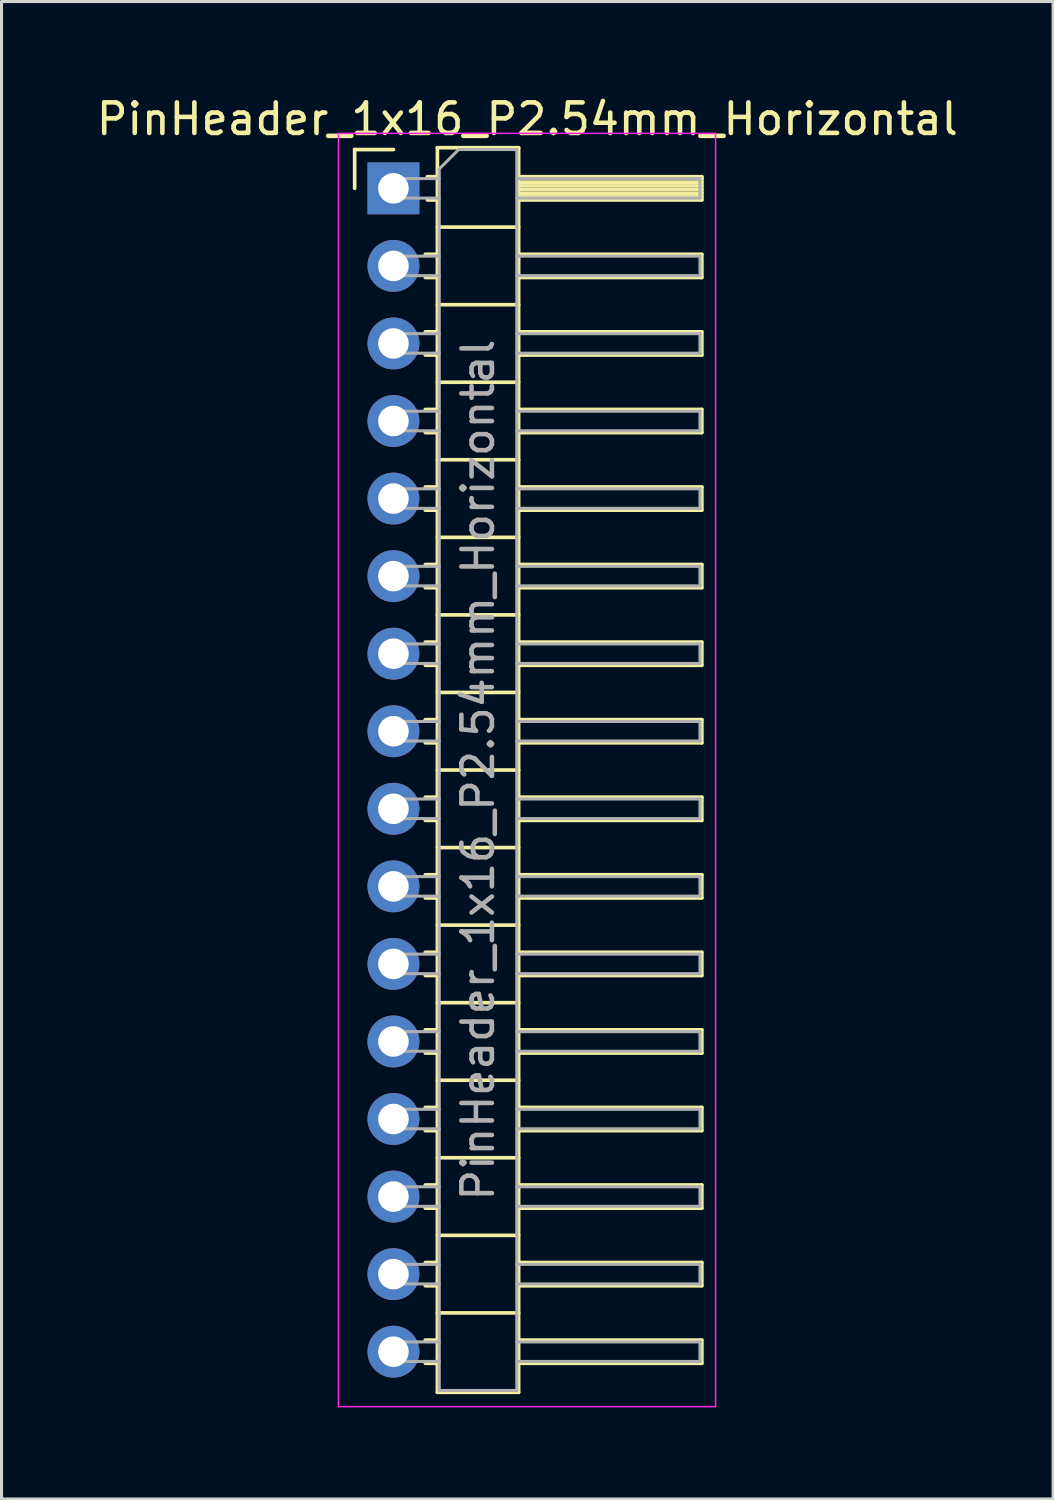
<source format=kicad_pcb>
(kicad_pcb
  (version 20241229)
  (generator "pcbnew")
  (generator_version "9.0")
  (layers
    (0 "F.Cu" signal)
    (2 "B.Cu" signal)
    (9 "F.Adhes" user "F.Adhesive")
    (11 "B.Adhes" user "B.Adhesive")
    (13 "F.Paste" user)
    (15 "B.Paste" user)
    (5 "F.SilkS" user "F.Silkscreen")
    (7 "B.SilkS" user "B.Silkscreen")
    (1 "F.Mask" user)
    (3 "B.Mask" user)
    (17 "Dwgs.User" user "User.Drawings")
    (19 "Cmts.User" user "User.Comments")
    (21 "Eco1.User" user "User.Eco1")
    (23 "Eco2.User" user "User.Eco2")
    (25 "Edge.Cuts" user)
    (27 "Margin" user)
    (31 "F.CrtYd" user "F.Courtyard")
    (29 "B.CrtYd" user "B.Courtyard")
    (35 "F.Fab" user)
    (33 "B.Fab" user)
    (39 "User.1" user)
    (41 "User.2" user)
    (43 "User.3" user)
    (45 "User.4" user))
  (footprint "PinHeader_1x16_P2.54mm_Horizontal"
    (layer "F.Cu")
    (at 9.835 3.118)
    (property "Reference" "PinHeader_1x16_P2.54mm_Horizontal" (at 4.385 -2.27 0) (layer "F.SilkS") (effects (font (size 1 1) (thickness 0.15))))
    (attr through_hole)
    (fp_line (start -1.27 -1.27) (end 0 -1.27) (stroke (width 0.12) (type solid)) (layer "F.SilkS"))
    (fp_line (start -1.27 0) (end -1.27 -1.27) (stroke (width 0.12) (type solid)) (layer "F.SilkS"))
    (fp_line (start 1.043 2.16) (end 1.44 2.16) (stroke (width 0.12) (type solid)) (layer "F.SilkS"))
    (fp_line (start 1.043 2.92) (end 1.44 2.92) (stroke (width 0.12) (type solid)) (layer "F.SilkS"))
    (fp_line (start 1.043 4.7) (end 1.44 4.7) (stroke (width 0.12) (type solid)) (layer "F.SilkS"))
    (fp_line (start 1.043 5.46) (end 1.44 5.46) (stroke (width 0.12) (type solid)) (layer "F.SilkS"))
    (fp_line (start 1.043 7.24) (end 1.44 7.24) (stroke (width 0.12) (type solid)) (layer "F.SilkS"))
    (fp_line (start 1.043 8) (end 1.44 8) (stroke (width 0.12) (type solid)) (layer "F.SilkS"))
    (fp_line (start 1.043 9.78) (end 1.44 9.78) (stroke (width 0.12) (type solid)) (layer "F.SilkS"))
    (fp_line (start 1.043 10.54) (end 1.44 10.54) (stroke (width 0.12) (type solid)) (layer "F.SilkS"))
    (fp_line (start 1.043 12.32) (end 1.44 12.32) (stroke (width 0.12) (type solid)) (layer "F.SilkS"))
    (fp_line (start 1.043 13.08) (end 1.44 13.08) (stroke (width 0.12) (type solid)) (layer "F.SilkS"))
    (fp_line (start 1.043 14.86) (end 1.44 14.86) (stroke (width 0.12) (type solid)) (layer "F.SilkS"))
    (fp_line (start 1.043 15.62) (end 1.44 15.62) (stroke (width 0.12) (type solid)) (layer "F.SilkS"))
    (fp_line (start 1.043 17.4) (end 1.44 17.4) (stroke (width 0.12) (type solid)) (layer "F.SilkS"))
    (fp_line (start 1.043 18.16) (end 1.44 18.16) (stroke (width 0.12) (type solid)) (layer "F.SilkS"))
    (fp_line (start 1.043 19.94) (end 1.44 19.94) (stroke (width 0.12) (type solid)) (layer "F.SilkS"))
    (fp_line (start 1.043 20.7) (end 1.44 20.7) (stroke (width 0.12) (type solid)) (layer "F.SilkS"))
    (fp_line (start 1.043 22.48) (end 1.44 22.48) (stroke (width 0.12) (type solid)) (layer "F.SilkS"))
    (fp_line (start 1.043 23.24) (end 1.44 23.24) (stroke (width 0.12) (type solid)) (layer "F.SilkS"))
    (fp_line (start 1.043 25.02) (end 1.44 25.02) (stroke (width 0.12) (type solid)) (layer "F.SilkS"))
    (fp_line (start 1.043 25.78) (end 1.44 25.78) (stroke (width 0.12) (type solid)) (layer "F.SilkS"))
    (fp_line (start 1.043 27.56) (end 1.44 27.56) (stroke (width 0.12) (type solid)) (layer "F.SilkS"))
    (fp_line (start 1.043 28.32) (end 1.44 28.32) (stroke (width 0.12) (type solid)) (layer "F.SilkS"))
    (fp_line (start 1.043 30.1) (end 1.44 30.1) (stroke (width 0.12) (type solid)) (layer "F.SilkS"))
    (fp_line (start 1.043 30.86) (end 1.44 30.86) (stroke (width 0.12) (type solid)) (layer "F.SilkS"))
    (fp_line (start 1.043 32.64) (end 1.44 32.64) (stroke (width 0.12) (type solid)) (layer "F.SilkS"))
    (fp_line (start 1.043 33.4) (end 1.44 33.4) (stroke (width 0.12) (type solid)) (layer "F.SilkS"))
    (fp_line (start 1.043 35.18) (end 1.44 35.18) (stroke (width 0.12) (type solid)) (layer "F.SilkS"))
    (fp_line (start 1.043 35.94) (end 1.44 35.94) (stroke (width 0.12) (type solid)) (layer "F.SilkS"))
    (fp_line (start 1.043 37.72) (end 1.44 37.72) (stroke (width 0.12) (type solid)) (layer "F.SilkS"))
    (fp_line (start 1.043 38.48) (end 1.44 38.48) (stroke (width 0.12) (type solid)) (layer "F.SilkS"))
    (fp_line (start 1.11 -0.38) (end 1.44 -0.38) (stroke (width 0.12) (type solid)) (layer "F.SilkS"))
    (fp_line (start 1.11 0.38) (end 1.44 0.38) (stroke (width 0.12) (type solid)) (layer "F.SilkS"))
    (fp_line (start 1.44 -1.33) (end 1.44 39.43) (stroke (width 0.12) (type solid)) (layer "F.SilkS"))
    (fp_line (start 1.44 1.27) (end 4.1 1.27) (stroke (width 0.12) (type solid)) (layer "F.SilkS"))
    (fp_line (start 1.44 3.81) (end 4.1 3.81) (stroke (width 0.12) (type solid)) (layer "F.SilkS"))
    (fp_line (start 1.44 6.35) (end 4.1 6.35) (stroke (width 0.12) (type solid)) (layer "F.SilkS"))
    (fp_line (start 1.44 8.89) (end 4.1 8.89) (stroke (width 0.12) (type solid)) (layer "F.SilkS"))
    (fp_line (start 1.44 11.43) (end 4.1 11.43) (stroke (width 0.12) (type solid)) (layer "F.SilkS"))
    (fp_line (start 1.44 13.97) (end 4.1 13.97) (stroke (width 0.12) (type solid)) (layer "F.SilkS"))
    (fp_line (start 1.44 16.51) (end 4.1 16.51) (stroke (width 0.12) (type solid)) (layer "F.SilkS"))
    (fp_line (start 1.44 19.05) (end 4.1 19.05) (stroke (width 0.12) (type solid)) (layer "F.SilkS"))
    (fp_line (start 1.44 21.59) (end 4.1 21.59) (stroke (width 0.12) (type solid)) (layer "F.SilkS"))
    (fp_line (start 1.44 24.13) (end 4.1 24.13) (stroke (width 0.12) (type solid)) (layer "F.SilkS"))
    (fp_line (start 1.44 26.67) (end 4.1 26.67) (stroke (width 0.12) (type solid)) (layer "F.SilkS"))
    (fp_line (start 1.44 29.21) (end 4.1 29.21) (stroke (width 0.12) (type solid)) (layer "F.SilkS"))
    (fp_line (start 1.44 31.75) (end 4.1 31.75) (stroke (width 0.12) (type solid)) (layer "F.SilkS"))
    (fp_line (start 1.44 34.29) (end 4.1 34.29) (stroke (width 0.12) (type solid)) (layer "F.SilkS"))
    (fp_line (start 1.44 36.83) (end 4.1 36.83) (stroke (width 0.12) (type solid)) (layer "F.SilkS"))
    (fp_line (start 1.44 39.43) (end 4.1 39.43) (stroke (width 0.12) (type solid)) (layer "F.SilkS"))
    (fp_line (start 4.1 -1.33) (end 1.44 -1.33) (stroke (width 0.12) (type solid)) (layer "F.SilkS"))
    (fp_line (start 4.1 -0.38) (end 10.1 -0.38) (stroke (width 0.12) (type solid)) (layer "F.SilkS"))
    (fp_line (start 4.1 -0.32) (end 10.1 -0.32) (stroke (width 0.12) (type solid)) (layer "F.SilkS"))
    (fp_line (start 4.1 -0.2) (end 10.1 -0.2) (stroke (width 0.12) (type solid)) (layer "F.SilkS"))
    (fp_line (start 4.1 -0.08) (end 10.1 -0.08) (stroke (width 0.12) (type solid)) (layer "F.SilkS"))
    (fp_line (start 4.1 0.04) (end 10.1 0.04) (stroke (width 0.12) (type solid)) (layer "F.SilkS"))
    (fp_line (start 4.1 0.16) (end 10.1 0.16) (stroke (width 0.12) (type solid)) (layer "F.SilkS"))
    (fp_line (start 4.1 0.28) (end 10.1 0.28) (stroke (width 0.12) (type solid)) (layer "F.SilkS"))
    (fp_line (start 4.1 2.16) (end 10.1 2.16) (stroke (width 0.12) (type solid)) (layer "F.SilkS"))
    (fp_line (start 4.1 4.7) (end 10.1 4.7) (stroke (width 0.12) (type solid)) (layer "F.SilkS"))
    (fp_line (start 4.1 7.24) (end 10.1 7.24) (stroke (width 0.12) (type solid)) (layer "F.SilkS"))
    (fp_line (start 4.1 9.78) (end 10.1 9.78) (stroke (width 0.12) (type solid)) (layer "F.SilkS"))
    (fp_line (start 4.1 12.32) (end 10.1 12.32) (stroke (width 0.12) (type solid)) (layer "F.SilkS"))
    (fp_line (start 4.1 14.86) (end 10.1 14.86) (stroke (width 0.12) (type solid)) (layer "F.SilkS"))
    (fp_line (start 4.1 17.4) (end 10.1 17.4) (stroke (width 0.12) (type solid)) (layer "F.SilkS"))
    (fp_line (start 4.1 19.94) (end 10.1 19.94) (stroke (width 0.12) (type solid)) (layer "F.SilkS"))
    (fp_line (start 4.1 22.48) (end 10.1 22.48) (stroke (width 0.12) (type solid)) (layer "F.SilkS"))
    (fp_line (start 4.1 25.02) (end 10.1 25.02) (stroke (width 0.12) (type solid)) (layer "F.SilkS"))
    (fp_line (start 4.1 27.56) (end 10.1 27.56) (stroke (width 0.12) (type solid)) (layer "F.SilkS"))
    (fp_line (start 4.1 30.1) (end 10.1 30.1) (stroke (width 0.12) (type solid)) (layer "F.SilkS"))
    (fp_line (start 4.1 32.64) (end 10.1 32.64) (stroke (width 0.12) (type solid)) (layer "F.SilkS"))
    (fp_line (start 4.1 35.18) (end 10.1 35.18) (stroke (width 0.12) (type solid)) (layer "F.SilkS"))
    (fp_line (start 4.1 37.72) (end 10.1 37.72) (stroke (width 0.12) (type solid)) (layer "F.SilkS"))
    (fp_line (start 4.1 39.43) (end 4.1 -1.33) (stroke (width 0.12) (type solid)) (layer "F.SilkS"))
    (fp_line (start 10.1 -0.38) (end 10.1 0.38) (stroke (width 0.12) (type solid)) (layer "F.SilkS"))
    (fp_line (start 10.1 0.38) (end 4.1 0.38) (stroke (width 0.12) (type solid)) (layer "F.SilkS"))
    (fp_line (start 10.1 2.16) (end 10.1 2.92) (stroke (width 0.12) (type solid)) (layer "F.SilkS"))
    (fp_line (start 10.1 2.92) (end 4.1 2.92) (stroke (width 0.12) (type solid)) (layer "F.SilkS"))
    (fp_line (start 10.1 4.7) (end 10.1 5.46) (stroke (width 0.12) (type solid)) (layer "F.SilkS"))
    (fp_line (start 10.1 5.46) (end 4.1 5.46) (stroke (width 0.12) (type solid)) (layer "F.SilkS"))
    (fp_line (start 10.1 7.24) (end 10.1 8) (stroke (width 0.12) (type solid)) (layer "F.SilkS"))
    (fp_line (start 10.1 8) (end 4.1 8) (stroke (width 0.12) (type solid)) (layer "F.SilkS"))
    (fp_line (start 10.1 9.78) (end 10.1 10.54) (stroke (width 0.12) (type solid)) (layer "F.SilkS"))
    (fp_line (start 10.1 10.54) (end 4.1 10.54) (stroke (width 0.12) (type solid)) (layer "F.SilkS"))
    (fp_line (start 10.1 12.32) (end 10.1 13.08) (stroke (width 0.12) (type solid)) (layer "F.SilkS"))
    (fp_line (start 10.1 13.08) (end 4.1 13.08) (stroke (width 0.12) (type solid)) (layer "F.SilkS"))
    (fp_line (start 10.1 14.86) (end 10.1 15.62) (stroke (width 0.12) (type solid)) (layer "F.SilkS"))
    (fp_line (start 10.1 15.62) (end 4.1 15.62) (stroke (width 0.12) (type solid)) (layer "F.SilkS"))
    (fp_line (start 10.1 17.4) (end 10.1 18.16) (stroke (width 0.12) (type solid)) (layer "F.SilkS"))
    (fp_line (start 10.1 18.16) (end 4.1 18.16) (stroke (width 0.12) (type solid)) (layer "F.SilkS"))
    (fp_line (start 10.1 19.94) (end 10.1 20.7) (stroke (width 0.12) (type solid)) (layer "F.SilkS"))
    (fp_line (start 10.1 20.7) (end 4.1 20.7) (stroke (width 0.12) (type solid)) (layer "F.SilkS"))
    (fp_line (start 10.1 22.48) (end 10.1 23.24) (stroke (width 0.12) (type solid)) (layer "F.SilkS"))
    (fp_line (start 10.1 23.24) (end 4.1 23.24) (stroke (width 0.12) (type solid)) (layer "F.SilkS"))
    (fp_line (start 10.1 25.02) (end 10.1 25.78) (stroke (width 0.12) (type solid)) (layer "F.SilkS"))
    (fp_line (start 10.1 25.78) (end 4.1 25.78) (stroke (width 0.12) (type solid)) (layer "F.SilkS"))
    (fp_line (start 10.1 27.56) (end 10.1 28.32) (stroke (width 0.12) (type solid)) (layer "F.SilkS"))
    (fp_line (start 10.1 28.32) (end 4.1 28.32) (stroke (width 0.12) (type solid)) (layer "F.SilkS"))
    (fp_line (start 10.1 30.1) (end 10.1 30.86) (stroke (width 0.12) (type solid)) (layer "F.SilkS"))
    (fp_line (start 10.1 30.86) (end 4.1 30.86) (stroke (width 0.12) (type solid)) (layer "F.SilkS"))
    (fp_line (start 10.1 32.64) (end 10.1 33.4) (stroke (width 0.12) (type solid)) (layer "F.SilkS"))
    (fp_line (start 10.1 33.4) (end 4.1 33.4) (stroke (width 0.12) (type solid)) (layer "F.SilkS"))
    (fp_line (start 10.1 35.18) (end 10.1 35.94) (stroke (width 0.12) (type solid)) (layer "F.SilkS"))
    (fp_line (start 10.1 35.94) (end 4.1 35.94) (stroke (width 0.12) (type solid)) (layer "F.SilkS"))
    (fp_line (start 10.1 37.72) (end 10.1 38.48) (stroke (width 0.12) (type solid)) (layer "F.SilkS"))
    (fp_line (start 10.1 38.48) (end 4.1 38.48) (stroke (width 0.12) (type solid)) (layer "F.SilkS"))
    (fp_line (start -1.8 -1.8) (end -1.8 39.9) (stroke (width 0.05) (type solid)) (layer "F.CrtYd"))
    (fp_line (start -1.8 39.9) (end 10.55 39.9) (stroke (width 0.05) (type solid)) (layer "F.CrtYd"))
    (fp_line (start 10.55 -1.8) (end -1.8 -1.8) (stroke (width 0.05) (type solid)) (layer "F.CrtYd"))
    (fp_line (start 10.55 39.9) (end 10.55 -1.8) (stroke (width 0.05) (type solid)) (layer "F.CrtYd"))
    (fp_line (start -0.32 -0.32) (end -0.32 0.32) (stroke (width 0.1) (type solid)) (layer "F.Fab"))
    (fp_line (start -0.32 -0.32) (end 1.5 -0.32) (stroke (width 0.1) (type solid)) (layer "F.Fab"))
    (fp_line (start -0.32 0.32) (end 1.5 0.32) (stroke (width 0.1) (type solid)) (layer "F.Fab"))
    (fp_line (start -0.32 2.22) (end -0.32 2.86) (stroke (width 0.1) (type solid)) (layer "F.Fab"))
    (fp_line (start -0.32 2.22) (end 1.5 2.22) (stroke (width 0.1) (type solid)) (layer "F.Fab"))
    (fp_line (start -0.32 2.86) (end 1.5 2.86) (stroke (width 0.1) (type solid)) (layer "F.Fab"))
    (fp_line (start -0.32 4.76) (end -0.32 5.4) (stroke (width 0.1) (type solid)) (layer "F.Fab"))
    (fp_line (start -0.32 4.76) (end 1.5 4.76) (stroke (width 0.1) (type solid)) (layer "F.Fab"))
    (fp_line (start -0.32 5.4) (end 1.5 5.4) (stroke (width 0.1) (type solid)) (layer "F.Fab"))
    (fp_line (start -0.32 7.3) (end -0.32 7.94) (stroke (width 0.1) (type solid)) (layer "F.Fab"))
    (fp_line (start -0.32 7.3) (end 1.5 7.3) (stroke (width 0.1) (type solid)) (layer "F.Fab"))
    (fp_line (start -0.32 7.94) (end 1.5 7.94) (stroke (width 0.1) (type solid)) (layer "F.Fab"))
    (fp_line (start -0.32 9.84) (end -0.32 10.48) (stroke (width 0.1) (type solid)) (layer "F.Fab"))
    (fp_line (start -0.32 9.84) (end 1.5 9.84) (stroke (width 0.1) (type solid)) (layer "F.Fab"))
    (fp_line (start -0.32 10.48) (end 1.5 10.48) (stroke (width 0.1) (type solid)) (layer "F.Fab"))
    (fp_line (start -0.32 12.38) (end -0.32 13.02) (stroke (width 0.1) (type solid)) (layer "F.Fab"))
    (fp_line (start -0.32 12.38) (end 1.5 12.38) (stroke (width 0.1) (type solid)) (layer "F.Fab"))
    (fp_line (start -0.32 13.02) (end 1.5 13.02) (stroke (width 0.1) (type solid)) (layer "F.Fab"))
    (fp_line (start -0.32 14.92) (end -0.32 15.56) (stroke (width 0.1) (type solid)) (layer "F.Fab"))
    (fp_line (start -0.32 14.92) (end 1.5 14.92) (stroke (width 0.1) (type solid)) (layer "F.Fab"))
    (fp_line (start -0.32 15.56) (end 1.5 15.56) (stroke (width 0.1) (type solid)) (layer "F.Fab"))
    (fp_line (start -0.32 17.46) (end -0.32 18.1) (stroke (width 0.1) (type solid)) (layer "F.Fab"))
    (fp_line (start -0.32 17.46) (end 1.5 17.46) (stroke (width 0.1) (type solid)) (layer "F.Fab"))
    (fp_line (start -0.32 18.1) (end 1.5 18.1) (stroke (width 0.1) (type solid)) (layer "F.Fab"))
    (fp_line (start -0.32 20) (end -0.32 20.64) (stroke (width 0.1) (type solid)) (layer "F.Fab"))
    (fp_line (start -0.32 20) (end 1.5 20) (stroke (width 0.1) (type solid)) (layer "F.Fab"))
    (fp_line (start -0.32 20.64) (end 1.5 20.64) (stroke (width 0.1) (type solid)) (layer "F.Fab"))
    (fp_line (start -0.32 22.54) (end -0.32 23.18) (stroke (width 0.1) (type solid)) (layer "F.Fab"))
    (fp_line (start -0.32 22.54) (end 1.5 22.54) (stroke (width 0.1) (type solid)) (layer "F.Fab"))
    (fp_line (start -0.32 23.18) (end 1.5 23.18) (stroke (width 0.1) (type solid)) (layer "F.Fab"))
    (fp_line (start -0.32 25.08) (end -0.32 25.72) (stroke (width 0.1) (type solid)) (layer "F.Fab"))
    (fp_line (start -0.32 25.08) (end 1.5 25.08) (stroke (width 0.1) (type solid)) (layer "F.Fab"))
    (fp_line (start -0.32 25.72) (end 1.5 25.72) (stroke (width 0.1) (type solid)) (layer "F.Fab"))
    (fp_line (start -0.32 27.62) (end -0.32 28.26) (stroke (width 0.1) (type solid)) (layer "F.Fab"))
    (fp_line (start -0.32 27.62) (end 1.5 27.62) (stroke (width 0.1) (type solid)) (layer "F.Fab"))
    (fp_line (start -0.32 28.26) (end 1.5 28.26) (stroke (width 0.1) (type solid)) (layer "F.Fab"))
    (fp_line (start -0.32 30.16) (end -0.32 30.8) (stroke (width 0.1) (type solid)) (layer "F.Fab"))
    (fp_line (start -0.32 30.16) (end 1.5 30.16) (stroke (width 0.1) (type solid)) (layer "F.Fab"))
    (fp_line (start -0.32 30.8) (end 1.5 30.8) (stroke (width 0.1) (type solid)) (layer "F.Fab"))
    (fp_line (start -0.32 32.7) (end -0.32 33.34) (stroke (width 0.1) (type solid)) (layer "F.Fab"))
    (fp_line (start -0.32 32.7) (end 1.5 32.7) (stroke (width 0.1) (type solid)) (layer "F.Fab"))
    (fp_line (start -0.32 33.34) (end 1.5 33.34) (stroke (width 0.1) (type solid)) (layer "F.Fab"))
    (fp_line (start -0.32 35.24) (end -0.32 35.88) (stroke (width 0.1) (type solid)) (layer "F.Fab"))
    (fp_line (start -0.32 35.24) (end 1.5 35.24) (stroke (width 0.1) (type solid)) (layer "F.Fab"))
    (fp_line (start -0.32 35.88) (end 1.5 35.88) (stroke (width 0.1) (type solid)) (layer "F.Fab"))
    (fp_line (start -0.32 37.78) (end -0.32 38.42) (stroke (width 0.1) (type solid)) (layer "F.Fab"))
    (fp_line (start -0.32 37.78) (end 1.5 37.78) (stroke (width 0.1) (type solid)) (layer "F.Fab"))
    (fp_line (start -0.32 38.42) (end 1.5 38.42) (stroke (width 0.1) (type solid)) (layer "F.Fab"))
    (fp_line (start 1.5 -0.635) (end 2.135 -1.27) (stroke (width 0.1) (type solid)) (layer "F.Fab"))
    (fp_line (start 1.5 39.37) (end 1.5 -0.635) (stroke (width 0.1) (type solid)) (layer "F.Fab"))
    (fp_line (start 2.135 -1.27) (end 4.04 -1.27) (stroke (width 0.1) (type solid)) (layer "F.Fab"))
    (fp_line (start 4.04 -1.27) (end 4.04 39.37) (stroke (width 0.1) (type solid)) (layer "F.Fab"))
    (fp_line (start 4.04 -0.32) (end 10.04 -0.32) (stroke (width 0.1) (type solid)) (layer "F.Fab"))
    (fp_line (start 4.04 0.32) (end 10.04 0.32) (stroke (width 0.1) (type solid)) (layer "F.Fab"))
    (fp_line (start 4.04 2.22) (end 10.04 2.22) (stroke (width 0.1) (type solid)) (layer "F.Fab"))
    (fp_line (start 4.04 2.86) (end 10.04 2.86) (stroke (width 0.1) (type solid)) (layer "F.Fab"))
    (fp_line (start 4.04 4.76) (end 10.04 4.76) (stroke (width 0.1) (type solid)) (layer "F.Fab"))
    (fp_line (start 4.04 5.4) (end 10.04 5.4) (stroke (width 0.1) (type solid)) (layer "F.Fab"))
    (fp_line (start 4.04 7.3) (end 10.04 7.3) (stroke (width 0.1) (type solid)) (layer "F.Fab"))
    (fp_line (start 4.04 7.94) (end 10.04 7.94) (stroke (width 0.1) (type solid)) (layer "F.Fab"))
    (fp_line (start 4.04 9.84) (end 10.04 9.84) (stroke (width 0.1) (type solid)) (layer "F.Fab"))
    (fp_line (start 4.04 10.48) (end 10.04 10.48) (stroke (width 0.1) (type solid)) (layer "F.Fab"))
    (fp_line (start 4.04 12.38) (end 10.04 12.38) (stroke (width 0.1) (type solid)) (layer "F.Fab"))
    (fp_line (start 4.04 13.02) (end 10.04 13.02) (stroke (width 0.1) (type solid)) (layer "F.Fab"))
    (fp_line (start 4.04 14.92) (end 10.04 14.92) (stroke (width 0.1) (type solid)) (layer "F.Fab"))
    (fp_line (start 4.04 15.56) (end 10.04 15.56) (stroke (width 0.1) (type solid)) (layer "F.Fab"))
    (fp_line (start 4.04 17.46) (end 10.04 17.46) (stroke (width 0.1) (type solid)) (layer "F.Fab"))
    (fp_line (start 4.04 18.1) (end 10.04 18.1) (stroke (width 0.1) (type solid)) (layer "F.Fab"))
    (fp_line (start 4.04 20) (end 10.04 20) (stroke (width 0.1) (type solid)) (layer "F.Fab"))
    (fp_line (start 4.04 20.64) (end 10.04 20.64) (stroke (width 0.1) (type solid)) (layer "F.Fab"))
    (fp_line (start 4.04 22.54) (end 10.04 22.54) (stroke (width 0.1) (type solid)) (layer "F.Fab"))
    (fp_line (start 4.04 23.18) (end 10.04 23.18) (stroke (width 0.1) (type solid)) (layer "F.Fab"))
    (fp_line (start 4.04 25.08) (end 10.04 25.08) (stroke (width 0.1) (type solid)) (layer "F.Fab"))
    (fp_line (start 4.04 25.72) (end 10.04 25.72) (stroke (width 0.1) (type solid)) (layer "F.Fab"))
    (fp_line (start 4.04 27.62) (end 10.04 27.62) (stroke (width 0.1) (type solid)) (layer "F.Fab"))
    (fp_line (start 4.04 28.26) (end 10.04 28.26) (stroke (width 0.1) (type solid)) (layer "F.Fab"))
    (fp_line (start 4.04 30.16) (end 10.04 30.16) (stroke (width 0.1) (type solid)) (layer "F.Fab"))
    (fp_line (start 4.04 30.8) (end 10.04 30.8) (stroke (width 0.1) (type solid)) (layer "F.Fab"))
    (fp_line (start 4.04 32.7) (end 10.04 32.7) (stroke (width 0.1) (type solid)) (layer "F.Fab"))
    (fp_line (start 4.04 33.34) (end 10.04 33.34) (stroke (width 0.1) (type solid)) (layer "F.Fab"))
    (fp_line (start 4.04 35.24) (end 10.04 35.24) (stroke (width 0.1) (type solid)) (layer "F.Fab"))
    (fp_line (start 4.04 35.88) (end 10.04 35.88) (stroke (width 0.1) (type solid)) (layer "F.Fab"))
    (fp_line (start 4.04 37.78) (end 10.04 37.78) (stroke (width 0.1) (type solid)) (layer "F.Fab"))
    (fp_line (start 4.04 38.42) (end 10.04 38.42) (stroke (width 0.1) (type solid)) (layer "F.Fab"))
    (fp_line (start 4.04 39.37) (end 1.5 39.37) (stroke (width 0.1) (type solid)) (layer "F.Fab"))
    (fp_line (start 10.04 -0.32) (end 10.04 0.32) (stroke (width 0.1) (type solid)) (layer "F.Fab"))
    (fp_line (start 10.04 2.22) (end 10.04 2.86) (stroke (width 0.1) (type solid)) (layer "F.Fab"))
    (fp_line (start 10.04 4.76) (end 10.04 5.4) (stroke (width 0.1) (type solid)) (layer "F.Fab"))
    (fp_line (start 10.04 7.3) (end 10.04 7.94) (stroke (width 0.1) (type solid)) (layer "F.Fab"))
    (fp_line (start 10.04 9.84) (end 10.04 10.48) (stroke (width 0.1) (type solid)) (layer "F.Fab"))
    (fp_line (start 10.04 12.38) (end 10.04 13.02) (stroke (width 0.1) (type solid)) (layer "F.Fab"))
    (fp_line (start 10.04 14.92) (end 10.04 15.56) (stroke (width 0.1) (type solid)) (layer "F.Fab"))
    (fp_line (start 10.04 17.46) (end 10.04 18.1) (stroke (width 0.1) (type solid)) (layer "F.Fab"))
    (fp_line (start 10.04 20) (end 10.04 20.64) (stroke (width 0.1) (type solid)) (layer "F.Fab"))
    (fp_line (start 10.04 22.54) (end 10.04 23.18) (stroke (width 0.1) (type solid)) (layer "F.Fab"))
    (fp_line (start 10.04 25.08) (end 10.04 25.72) (stroke (width 0.1) (type solid)) (layer "F.Fab"))
    (fp_line (start 10.04 27.62) (end 10.04 28.26) (stroke (width 0.1) (type solid)) (layer "F.Fab"))
    (fp_line (start 10.04 30.16) (end 10.04 30.8) (stroke (width 0.1) (type solid)) (layer "F.Fab"))
    (fp_line (start 10.04 32.7) (end 10.04 33.34) (stroke (width 0.1) (type solid)) (layer "F.Fab"))
    (fp_line (start 10.04 35.24) (end 10.04 35.88) (stroke (width 0.1) (type solid)) (layer "F.Fab"))
    (fp_line (start 10.04 37.78) (end 10.04 38.42) (stroke (width 0.1) (type solid)) (layer "F.Fab"))
    (fp_text user "${REFERENCE}" (at 2.77 19.05 90) (layer "F.Fab") (effects (font (size 1 1) (thickness 0.15))))
    (pad "1" thru_hole rect (at 0 0) (size 1.7 1.7) (drill 1) (layers "*.Cu" "*.Mask"))
    (pad "2" thru_hole oval (at 0 2.54) (size 1.7 1.7) (drill 1) (layers "*.Cu" "*.Mask"))
    (pad "3" thru_hole oval (at 0 5.08) (size 1.7 1.7) (drill 1) (layers "*.Cu" "*.Mask"))
    (pad "4" thru_hole oval (at 0 7.62) (size 1.7 1.7) (drill 1) (layers "*.Cu" "*.Mask"))
    (pad "5" thru_hole oval (at 0 10.16) (size 1.7 1.7) (drill 1) (layers "*.Cu" "*.Mask"))
    (pad "6" thru_hole oval (at 0 12.7) (size 1.7 1.7) (drill 1) (layers "*.Cu" "*.Mask"))
    (pad "7" thru_hole oval (at 0 15.24) (size 1.7 1.7) (drill 1) (layers "*.Cu" "*.Mask"))
    (pad "8" thru_hole oval (at 0 17.78) (size 1.7 1.7) (drill 1) (layers "*.Cu" "*.Mask"))
    (pad "9" thru_hole oval (at 0 20.32) (size 1.7 1.7) (drill 1) (layers "*.Cu" "*.Mask"))
    (pad "10" thru_hole oval (at 0 22.86) (size 1.7 1.7) (drill 1) (layers "*.Cu" "*.Mask"))
    (pad "11" thru_hole oval (at 0 25.4) (size 1.7 1.7) (drill 1) (layers "*.Cu" "*.Mask"))
    (pad "12" thru_hole oval (at 0 27.94) (size 1.7 1.7) (drill 1) (layers "*.Cu" "*.Mask"))
    (pad "13" thru_hole oval (at 0 30.48) (size 1.7 1.7) (drill 1) (layers "*.Cu" "*.Mask"))
    (pad "14" thru_hole oval (at 0 33.02) (size 1.7 1.7) (drill 1) (layers "*.Cu" "*.Mask"))
    (pad "15" thru_hole oval (at 0 35.56) (size 1.7 1.7) (drill 1) (layers "*.Cu" "*.Mask"))
    (pad "16" thru_hole oval (at 0 38.1) (size 1.7 1.7) (drill 1) (layers "*.Cu" "*.Mask")))
  (gr_rect
    (start -3 -3)
    (end 31.44 46.043)
    (stroke (width 0.1) (type default))
    (fill no)
    (layer "Edge.Cuts")))
</source>
